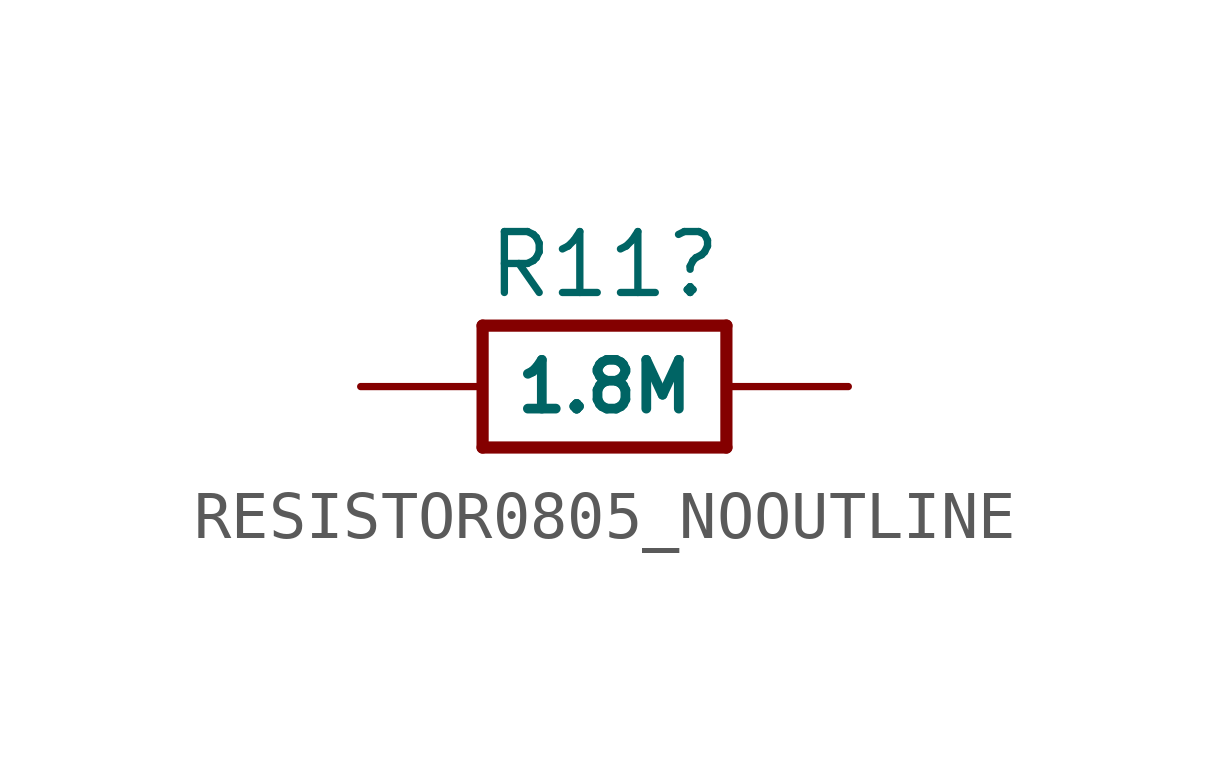
<source format=kicad_sym>
(kicad_symbol_lib
  (version 20220914)
  (generator kicad_symbol_editor)
  (symbol "RESISTOR0805_NOOUTLINE"
    (property "Reference" "R11"
      (at 0 2.54 0)
      (effects (font (size 1.27 1.27))))
    (property "Value" "1.8M"
      (at 0 0 0)
      (effects (font (size 1.016 1.016) bold)))
    (property "ki_locked" ""
      (at 0 0 0)
      (effects (font (size 1.27 1.27))))
    (symbol "RESISTOR0805_NOOUTLINE_1_0"
      (polyline (pts (xy -2.54 -1.27) (xy -2.54 1.27)) (stroke (width 0.254) (type solid)) (fill (type none)))
      (polyline (pts (xy -2.54 1.27) (xy 2.54 1.27)) (stroke (width 0.254) (type solid)) (fill (type none)))
      (polyline (pts (xy 2.54 -1.27) (xy -2.54 -1.27)) (stroke (width 0.254) (type solid)) (fill (type none)))
      (polyline (pts (xy 2.54 1.27) (xy 2.54 -1.27)) (stroke (width 0.254) (type solid)) (fill (type none)))
      (pin passive line (at -5.08 0 0) (length 2.54) (name "1" (effects (font (size 0 0)))) (number "1" (effects (font (size 0 0)))))
      (pin passive line (at 5.08 0 180) (length 2.54) (name "2" (effects (font (size 0 0)))) (number "2" (effects (font (size 0 0))))))))
</source>
